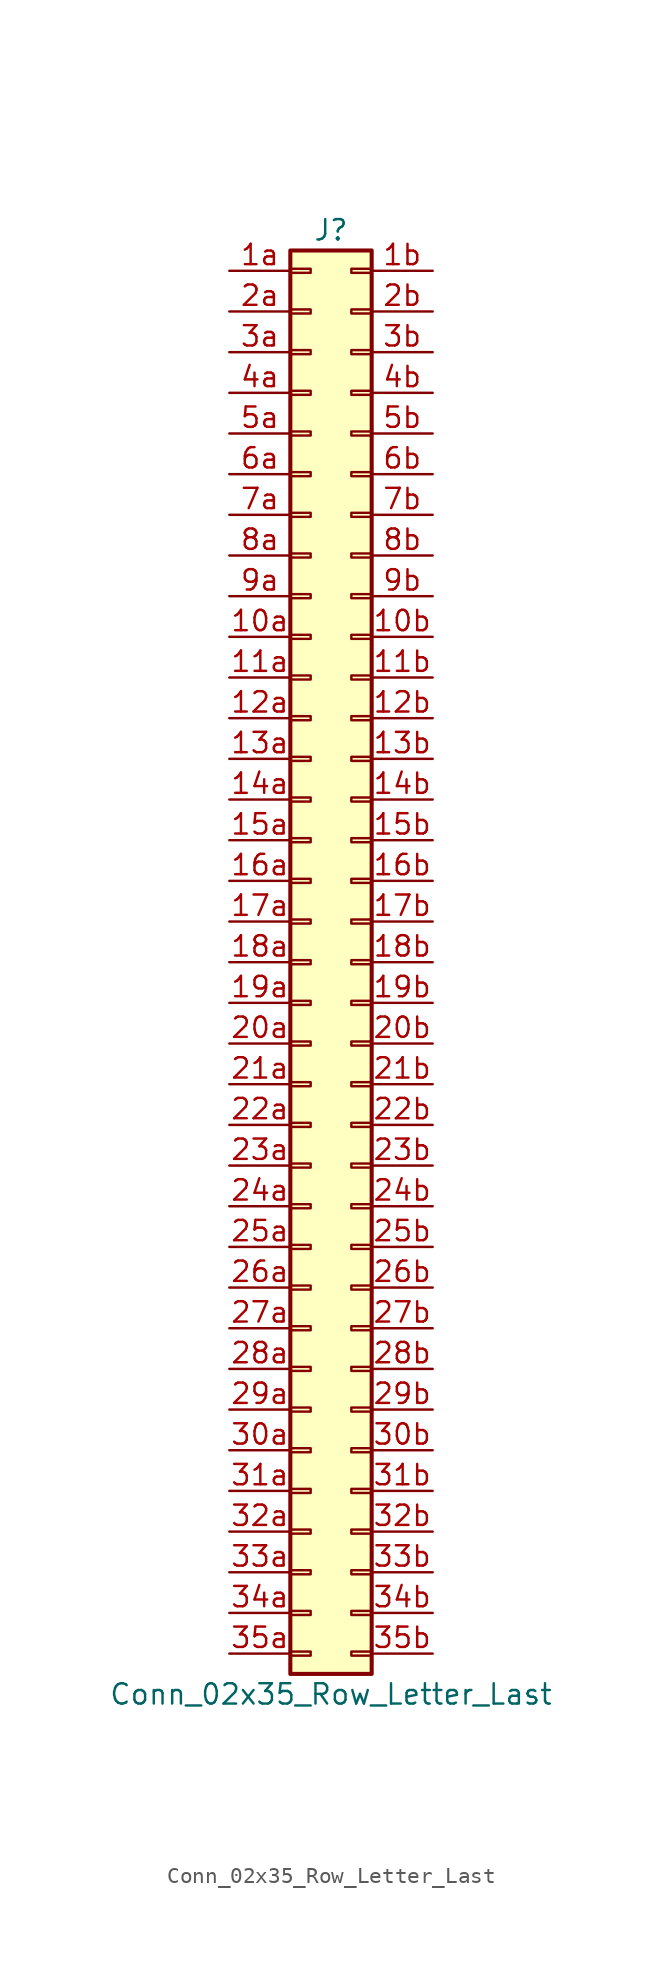
<source format=kicad_sym>
(kicad_symbol_lib
  (version 20220914)
  (generator kicad_symbol_editor)
  (symbol "Conn_02x35_Row_Letter_Last"
    (pin_names
      (offset 1.016) hide)
    (property "Reference" "J"
      (at 1.27 45.72 0)
      (effects (font (size 1.27 1.27))))
    (property "Value" "Conn_02x35_Row_Letter_Last"
      (at 1.27 -45.72 0)
      (effects (font (size 1.27 1.27))))
    (symbol "Conn_02x35_Row_Letter_Last_1_1"
      (rectangle (start -1.27 -43.053) (end 0 -43.307) (stroke (width 0.152) (type default)) (fill (type none)))
      (rectangle (start -1.27 -40.513) (end 0 -40.767) (stroke (width 0.152) (type default)) (fill (type none)))
      (rectangle (start -1.27 -37.973) (end 0 -38.227) (stroke (width 0.152) (type default)) (fill (type none)))
      (rectangle (start -1.27 -35.433) (end 0 -35.687) (stroke (width 0.152) (type default)) (fill (type none)))
      (rectangle (start -1.27 -32.893) (end 0 -33.147) (stroke (width 0.152) (type default)) (fill (type none)))
      (rectangle (start -1.27 -30.353) (end 0 -30.607) (stroke (width 0.152) (type default)) (fill (type none)))
      (rectangle (start -1.27 -27.813) (end 0 -28.067) (stroke (width 0.152) (type default)) (fill (type none)))
      (rectangle (start -1.27 -25.273) (end 0 -25.527) (stroke (width 0.152) (type default)) (fill (type none)))
      (rectangle (start -1.27 -22.733) (end 0 -22.987) (stroke (width 0.152) (type default)) (fill (type none)))
      (rectangle (start -1.27 -20.193) (end 0 -20.447) (stroke (width 0.152) (type default)) (fill (type none)))
      (rectangle (start -1.27 -17.653) (end 0 -17.907) (stroke (width 0.152) (type default)) (fill (type none)))
      (rectangle (start -1.27 -15.113) (end 0 -15.367) (stroke (width 0.152) (type default)) (fill (type none)))
      (rectangle (start -1.27 -12.573) (end 0 -12.827) (stroke (width 0.152) (type default)) (fill (type none)))
      (rectangle (start -1.27 -10.033) (end 0 -10.287) (stroke (width 0.152) (type default)) (fill (type none)))
      (rectangle (start -1.27 -7.493) (end 0 -7.747) (stroke (width 0.152) (type default)) (fill (type none)))
      (rectangle (start -1.27 -4.953) (end 0 -5.207) (stroke (width 0.152) (type default)) (fill (type none)))
      (rectangle (start -1.27 -2.413) (end 0 -2.667) (stroke (width 0.152) (type default)) (fill (type none)))
      (rectangle (start -1.27 0.127) (end 0 -0.127) (stroke (width 0.152) (type default)) (fill (type none)))
      (rectangle (start -1.27 2.667) (end 0 2.413) (stroke (width 0.152) (type default)) (fill (type none)))
      (rectangle (start -1.27 5.207) (end 0 4.953) (stroke (width 0.152) (type default)) (fill (type none)))
      (rectangle (start -1.27 7.747) (end 0 7.493) (stroke (width 0.152) (type default)) (fill (type none)))
      (rectangle (start -1.27 10.287) (end 0 10.033) (stroke (width 0.152) (type default)) (fill (type none)))
      (rectangle (start -1.27 12.827) (end 0 12.573) (stroke (width 0.152) (type default)) (fill (type none)))
      (rectangle (start -1.27 15.367) (end 0 15.113) (stroke (width 0.152) (type default)) (fill (type none)))
      (rectangle (start -1.27 17.907) (end 0 17.653) (stroke (width 0.152) (type default)) (fill (type none)))
      (rectangle (start -1.27 20.447) (end 0 20.193) (stroke (width 0.152) (type default)) (fill (type none)))
      (rectangle (start -1.27 22.987) (end 0 22.733) (stroke (width 0.152) (type default)) (fill (type none)))
      (rectangle (start -1.27 25.527) (end 0 25.273) (stroke (width 0.152) (type default)) (fill (type none)))
      (rectangle (start -1.27 28.067) (end 0 27.813) (stroke (width 0.152) (type default)) (fill (type none)))
      (rectangle (start -1.27 30.607) (end 0 30.353) (stroke (width 0.152) (type default)) (fill (type none)))
      (rectangle (start -1.27 33.147) (end 0 32.893) (stroke (width 0.152) (type default)) (fill (type none)))
      (rectangle (start -1.27 35.687) (end 0 35.433) (stroke (width 0.152) (type default)) (fill (type none)))
      (rectangle (start -1.27 38.227) (end 0 37.973) (stroke (width 0.152) (type default)) (fill (type none)))
      (rectangle (start -1.27 40.767) (end 0 40.513) (stroke (width 0.152) (type default)) (fill (type none)))
      (rectangle (start -1.27 43.307) (end 0 43.053) (stroke (width 0.152) (type default)) (fill (type none)))
      (rectangle (start -1.27 44.45) (end 3.81 -44.45) (stroke (width 0.254) (type default)) (fill (type background)))
      (rectangle (start 3.81 -43.053) (end 2.54 -43.307) (stroke (width 0.152) (type default)) (fill (type none)))
      (rectangle (start 3.81 -40.513) (end 2.54 -40.767) (stroke (width 0.152) (type default)) (fill (type none)))
      (rectangle (start 3.81 -37.973) (end 2.54 -38.227) (stroke (width 0.152) (type default)) (fill (type none)))
      (rectangle (start 3.81 -35.433) (end 2.54 -35.687) (stroke (width 0.152) (type default)) (fill (type none)))
      (rectangle (start 3.81 -32.893) (end 2.54 -33.147) (stroke (width 0.152) (type default)) (fill (type none)))
      (rectangle (start 3.81 -30.353) (end 2.54 -30.607) (stroke (width 0.152) (type default)) (fill (type none)))
      (rectangle (start 3.81 -27.813) (end 2.54 -28.067) (stroke (width 0.152) (type default)) (fill (type none)))
      (rectangle (start 3.81 -25.273) (end 2.54 -25.527) (stroke (width 0.152) (type default)) (fill (type none)))
      (rectangle (start 3.81 -22.733) (end 2.54 -22.987) (stroke (width 0.152) (type default)) (fill (type none)))
      (rectangle (start 3.81 -20.193) (end 2.54 -20.447) (stroke (width 0.152) (type default)) (fill (type none)))
      (rectangle (start 3.81 -17.653) (end 2.54 -17.907) (stroke (width 0.152) (type default)) (fill (type none)))
      (rectangle (start 3.81 -15.113) (end 2.54 -15.367) (stroke (width 0.152) (type default)) (fill (type none)))
      (rectangle (start 3.81 -12.573) (end 2.54 -12.827) (stroke (width 0.152) (type default)) (fill (type none)))
      (rectangle (start 3.81 -10.033) (end 2.54 -10.287) (stroke (width 0.152) (type default)) (fill (type none)))
      (rectangle (start 3.81 -7.493) (end 2.54 -7.747) (stroke (width 0.152) (type default)) (fill (type none)))
      (rectangle (start 3.81 -4.953) (end 2.54 -5.207) (stroke (width 0.152) (type default)) (fill (type none)))
      (rectangle (start 3.81 -2.413) (end 2.54 -2.667) (stroke (width 0.152) (type default)) (fill (type none)))
      (rectangle (start 3.81 0.127) (end 2.54 -0.127) (stroke (width 0.152) (type default)) (fill (type none)))
      (rectangle (start 3.81 2.667) (end 2.54 2.413) (stroke (width 0.152) (type default)) (fill (type none)))
      (rectangle (start 3.81 5.207) (end 2.54 4.953) (stroke (width 0.152) (type default)) (fill (type none)))
      (rectangle (start 3.81 7.747) (end 2.54 7.493) (stroke (width 0.152) (type default)) (fill (type none)))
      (rectangle (start 3.81 10.287) (end 2.54 10.033) (stroke (width 0.152) (type default)) (fill (type none)))
      (rectangle (start 3.81 12.827) (end 2.54 12.573) (stroke (width 0.152) (type default)) (fill (type none)))
      (rectangle (start 3.81 15.367) (end 2.54 15.113) (stroke (width 0.152) (type default)) (fill (type none)))
      (rectangle (start 3.81 17.907) (end 2.54 17.653) (stroke (width 0.152) (type default)) (fill (type none)))
      (rectangle (start 3.81 20.447) (end 2.54 20.193) (stroke (width 0.152) (type default)) (fill (type none)))
      (rectangle (start 3.81 22.987) (end 2.54 22.733) (stroke (width 0.152) (type default)) (fill (type none)))
      (rectangle (start 3.81 25.527) (end 2.54 25.273) (stroke (width 0.152) (type default)) (fill (type none)))
      (rectangle (start 3.81 28.067) (end 2.54 27.813) (stroke (width 0.152) (type default)) (fill (type none)))
      (rectangle (start 3.81 30.607) (end 2.54 30.353) (stroke (width 0.152) (type default)) (fill (type none)))
      (rectangle (start 3.81 33.147) (end 2.54 32.893) (stroke (width 0.152) (type default)) (fill (type none)))
      (rectangle (start 3.81 35.687) (end 2.54 35.433) (stroke (width 0.152) (type default)) (fill (type none)))
      (rectangle (start 3.81 38.227) (end 2.54 37.973) (stroke (width 0.152) (type default)) (fill (type none)))
      (rectangle (start 3.81 40.767) (end 2.54 40.513) (stroke (width 0.152) (type default)) (fill (type none)))
      (rectangle (start 3.81 43.307) (end 2.54 43.053) (stroke (width 0.152) (type default)) (fill (type none)))
      (pin passive line (at -5.08 20.32 0) (length 3.81) (name "Pin_10a" (effects (font (size 1.27 1.27)))) (number "10a" (effects (font (size 1.27 1.27)))))
      (pin passive line (at 7.62 20.32 180) (length 3.81) (name "Pin_10b" (effects (font (size 1.27 1.27)))) (number "10b" (effects (font (size 1.27 1.27)))))
      (pin passive line (at -5.08 17.78 0) (length 3.81) (name "Pin_11a" (effects (font (size 1.27 1.27)))) (number "11a" (effects (font (size 1.27 1.27)))))
      (pin passive line (at 7.62 17.78 180) (length 3.81) (name "Pin_11b" (effects (font (size 1.27 1.27)))) (number "11b" (effects (font (size 1.27 1.27)))))
      (pin passive line (at -5.08 15.24 0) (length 3.81) (name "Pin_12a" (effects (font (size 1.27 1.27)))) (number "12a" (effects (font (size 1.27 1.27)))))
      (pin passive line (at 7.62 15.24 180) (length 3.81) (name "Pin_12b" (effects (font (size 1.27 1.27)))) (number "12b" (effects (font (size 1.27 1.27)))))
      (pin passive line (at -5.08 12.7 0) (length 3.81) (name "Pin_13a" (effects (font (size 1.27 1.27)))) (number "13a" (effects (font (size 1.27 1.27)))))
      (pin passive line (at 7.62 12.7 180) (length 3.81) (name "Pin_13b" (effects (font (size 1.27 1.27)))) (number "13b" (effects (font (size 1.27 1.27)))))
      (pin passive line (at -5.08 10.16 0) (length 3.81) (name "Pin_14a" (effects (font (size 1.27 1.27)))) (number "14a" (effects (font (size 1.27 1.27)))))
      (pin passive line (at 7.62 10.16 180) (length 3.81) (name "Pin_14b" (effects (font (size 1.27 1.27)))) (number "14b" (effects (font (size 1.27 1.27)))))
      (pin passive line (at -5.08 7.62 0) (length 3.81) (name "Pin_15a" (effects (font (size 1.27 1.27)))) (number "15a" (effects (font (size 1.27 1.27)))))
      (pin passive line (at 7.62 7.62 180) (length 3.81) (name "Pin_15b" (effects (font (size 1.27 1.27)))) (number "15b" (effects (font (size 1.27 1.27)))))
      (pin passive line (at -5.08 5.08 0) (length 3.81) (name "Pin_16a" (effects (font (size 1.27 1.27)))) (number "16a" (effects (font (size 1.27 1.27)))))
      (pin passive line (at 7.62 5.08 180) (length 3.81) (name "Pin_16b" (effects (font (size 1.27 1.27)))) (number "16b" (effects (font (size 1.27 1.27)))))
      (pin passive line (at -5.08 2.54 0) (length 3.81) (name "Pin_17a" (effects (font (size 1.27 1.27)))) (number "17a" (effects (font (size 1.27 1.27)))))
      (pin passive line (at 7.62 2.54 180) (length 3.81) (name "Pin_17b" (effects (font (size 1.27 1.27)))) (number "17b" (effects (font (size 1.27 1.27)))))
      (pin passive line (at -5.08 0 0) (length 3.81) (name "Pin_18a" (effects (font (size 1.27 1.27)))) (number "18a" (effects (font (size 1.27 1.27)))))
      (pin passive line (at 7.62 0 180) (length 3.81) (name "Pin_18b" (effects (font (size 1.27 1.27)))) (number "18b" (effects (font (size 1.27 1.27)))))
      (pin passive line (at -5.08 -2.54 0) (length 3.81) (name "Pin_19a" (effects (font (size 1.27 1.27)))) (number "19a" (effects (font (size 1.27 1.27)))))
      (pin passive line (at 7.62 -2.54 180) (length 3.81) (name "Pin_19b" (effects (font (size 1.27 1.27)))) (number "19b" (effects (font (size 1.27 1.27)))))
      (pin passive line (at -5.08 43.18 0) (length 3.81) (name "Pin_1a" (effects (font (size 1.27 1.27)))) (number "1a" (effects (font (size 1.27 1.27)))))
      (pin passive line (at 7.62 43.18 180) (length 3.81) (name "Pin_1b" (effects (font (size 1.27 1.27)))) (number "1b" (effects (font (size 1.27 1.27)))))
      (pin passive line (at -5.08 -5.08 0) (length 3.81) (name "Pin_20a" (effects (font (size 1.27 1.27)))) (number "20a" (effects (font (size 1.27 1.27)))))
      (pin passive line (at 7.62 -5.08 180) (length 3.81) (name "Pin_20b" (effects (font (size 1.27 1.27)))) (number "20b" (effects (font (size 1.27 1.27)))))
      (pin passive line (at -5.08 -7.62 0) (length 3.81) (name "Pin_21a" (effects (font (size 1.27 1.27)))) (number "21a" (effects (font (size 1.27 1.27)))))
      (pin passive line (at 7.62 -7.62 180) (length 3.81) (name "Pin_21b" (effects (font (size 1.27 1.27)))) (number "21b" (effects (font (size 1.27 1.27)))))
      (pin passive line (at -5.08 -10.16 0) (length 3.81) (name "Pin_22a" (effects (font (size 1.27 1.27)))) (number "22a" (effects (font (size 1.27 1.27)))))
      (pin passive line (at 7.62 -10.16 180) (length 3.81) (name "Pin_22b" (effects (font (size 1.27 1.27)))) (number "22b" (effects (font (size 1.27 1.27)))))
      (pin passive line (at -5.08 -12.7 0) (length 3.81) (name "Pin_23a" (effects (font (size 1.27 1.27)))) (number "23a" (effects (font (size 1.27 1.27)))))
      (pin passive line (at 7.62 -12.7 180) (length 3.81) (name "Pin_23b" (effects (font (size 1.27 1.27)))) (number "23b" (effects (font (size 1.27 1.27)))))
      (pin passive line (at -5.08 -15.24 0) (length 3.81) (name "Pin_24a" (effects (font (size 1.27 1.27)))) (number "24a" (effects (font (size 1.27 1.27)))))
      (pin passive line (at 7.62 -15.24 180) (length 3.81) (name "Pin_24b" (effects (font (size 1.27 1.27)))) (number "24b" (effects (font (size 1.27 1.27)))))
      (pin passive line (at -5.08 -17.78 0) (length 3.81) (name "Pin_25a" (effects (font (size 1.27 1.27)))) (number "25a" (effects (font (size 1.27 1.27)))))
      (pin passive line (at 7.62 -17.78 180) (length 3.81) (name "Pin_25b" (effects (font (size 1.27 1.27)))) (number "25b" (effects (font (size 1.27 1.27)))))
      (pin passive line (at -5.08 -20.32 0) (length 3.81) (name "Pin_26a" (effects (font (size 1.27 1.27)))) (number "26a" (effects (font (size 1.27 1.27)))))
      (pin passive line (at 7.62 -20.32 180) (length 3.81) (name "Pin_26b" (effects (font (size 1.27 1.27)))) (number "26b" (effects (font (size 1.27 1.27)))))
      (pin passive line (at -5.08 -22.86 0) (length 3.81) (name "Pin_27a" (effects (font (size 1.27 1.27)))) (number "27a" (effects (font (size 1.27 1.27)))))
      (pin passive line (at 7.62 -22.86 180) (length 3.81) (name "Pin_27b" (effects (font (size 1.27 1.27)))) (number "27b" (effects (font (size 1.27 1.27)))))
      (pin passive line (at -5.08 -25.4 0) (length 3.81) (name "Pin_28a" (effects (font (size 1.27 1.27)))) (number "28a" (effects (font (size 1.27 1.27)))))
      (pin passive line (at 7.62 -25.4 180) (length 3.81) (name "Pin_28b" (effects (font (size 1.27 1.27)))) (number "28b" (effects (font (size 1.27 1.27)))))
      (pin passive line (at -5.08 -27.94 0) (length 3.81) (name "Pin_29a" (effects (font (size 1.27 1.27)))) (number "29a" (effects (font (size 1.27 1.27)))))
      (pin passive line (at 7.62 -27.94 180) (length 3.81) (name "Pin_29b" (effects (font (size 1.27 1.27)))) (number "29b" (effects (font (size 1.27 1.27)))))
      (pin passive line (at -5.08 40.64 0) (length 3.81) (name "Pin_2a" (effects (font (size 1.27 1.27)))) (number "2a" (effects (font (size 1.27 1.27)))))
      (pin passive line (at 7.62 40.64 180) (length 3.81) (name "Pin_2b" (effects (font (size 1.27 1.27)))) (number "2b" (effects (font (size 1.27 1.27)))))
      (pin passive line (at -5.08 -30.48 0) (length 3.81) (name "Pin_30a" (effects (font (size 1.27 1.27)))) (number "30a" (effects (font (size 1.27 1.27)))))
      (pin passive line (at 7.62 -30.48 180) (length 3.81) (name "Pin_30b" (effects (font (size 1.27 1.27)))) (number "30b" (effects (font (size 1.27 1.27)))))
      (pin passive line (at -5.08 -33.02 0) (length 3.81) (name "Pin_31a" (effects (font (size 1.27 1.27)))) (number "31a" (effects (font (size 1.27 1.27)))))
      (pin passive line (at 7.62 -33.02 180) (length 3.81) (name "Pin_31b" (effects (font (size 1.27 1.27)))) (number "31b" (effects (font (size 1.27 1.27)))))
      (pin passive line (at -5.08 -35.56 0) (length 3.81) (name "Pin_32a" (effects (font (size 1.27 1.27)))) (number "32a" (effects (font (size 1.27 1.27)))))
      (pin passive line (at 7.62 -35.56 180) (length 3.81) (name "Pin_32b" (effects (font (size 1.27 1.27)))) (number "32b" (effects (font (size 1.27 1.27)))))
      (pin passive line (at -5.08 -38.1 0) (length 3.81) (name "Pin_33a" (effects (font (size 1.27 1.27)))) (number "33a" (effects (font (size 1.27 1.27)))))
      (pin passive line (at 7.62 -38.1 180) (length 3.81) (name "Pin_33b" (effects (font (size 1.27 1.27)))) (number "33b" (effects (font (size 1.27 1.27)))))
      (pin passive line (at -5.08 -40.64 0) (length 3.81) (name "Pin_34a" (effects (font (size 1.27 1.27)))) (number "34a" (effects (font (size 1.27 1.27)))))
      (pin passive line (at 7.62 -40.64 180) (length 3.81) (name "Pin_34b" (effects (font (size 1.27 1.27)))) (number "34b" (effects (font (size 1.27 1.27)))))
      (pin passive line (at -5.08 -43.18 0) (length 3.81) (name "Pin_35a" (effects (font (size 1.27 1.27)))) (number "35a" (effects (font (size 1.27 1.27)))))
      (pin passive line (at 7.62 -43.18 180) (length 3.81) (name "Pin_35b" (effects (font (size 1.27 1.27)))) (number "35b" (effects (font (size 1.27 1.27)))))
      (pin passive line (at -5.08 38.1 0) (length 3.81) (name "Pin_3a" (effects (font (size 1.27 1.27)))) (number "3a" (effects (font (size 1.27 1.27)))))
      (pin passive line (at 7.62 38.1 180) (length 3.81) (name "Pin_3b" (effects (font (size 1.27 1.27)))) (number "3b" (effects (font (size 1.27 1.27)))))
      (pin passive line (at -5.08 35.56 0) (length 3.81) (name "Pin_4a" (effects (font (size 1.27 1.27)))) (number "4a" (effects (font (size 1.27 1.27)))))
      (pin passive line (at 7.62 35.56 180) (length 3.81) (name "Pin_4b" (effects (font (size 1.27 1.27)))) (number "4b" (effects (font (size 1.27 1.27)))))
      (pin passive line (at -5.08 33.02 0) (length 3.81) (name "Pin_5a" (effects (font (size 1.27 1.27)))) (number "5a" (effects (font (size 1.27 1.27)))))
      (pin passive line (at 7.62 33.02 180) (length 3.81) (name "Pin_5b" (effects (font (size 1.27 1.27)))) (number "5b" (effects (font (size 1.27 1.27)))))
      (pin passive line (at -5.08 30.48 0) (length 3.81) (name "Pin_6a" (effects (font (size 1.27 1.27)))) (number "6a" (effects (font (size 1.27 1.27)))))
      (pin passive line (at 7.62 30.48 180) (length 3.81) (name "Pin_6b" (effects (font (size 1.27 1.27)))) (number "6b" (effects (font (size 1.27 1.27)))))
      (pin passive line (at -5.08 27.94 0) (length 3.81) (name "Pin_7a" (effects (font (size 1.27 1.27)))) (number "7a" (effects (font (size 1.27 1.27)))))
      (pin passive line (at 7.62 27.94 180) (length 3.81) (name "Pin_7b" (effects (font (size 1.27 1.27)))) (number "7b" (effects (font (size 1.27 1.27)))))
      (pin passive line (at -5.08 25.4 0) (length 3.81) (name "Pin_8a" (effects (font (size 1.27 1.27)))) (number "8a" (effects (font (size 1.27 1.27)))))
      (pin passive line (at 7.62 25.4 180) (length 3.81) (name "Pin_8b" (effects (font (size 1.27 1.27)))) (number "8b" (effects (font (size 1.27 1.27)))))
      (pin passive line (at -5.08 22.86 0) (length 3.81) (name "Pin_9a" (effects (font (size 1.27 1.27)))) (number "9a" (effects (font (size 1.27 1.27)))))
      (pin passive line (at 7.62 22.86 180) (length 3.81) (name "Pin_9b" (effects (font (size 1.27 1.27)))) (number "9b" (effects (font (size 1.27 1.27))))))))
</source>
